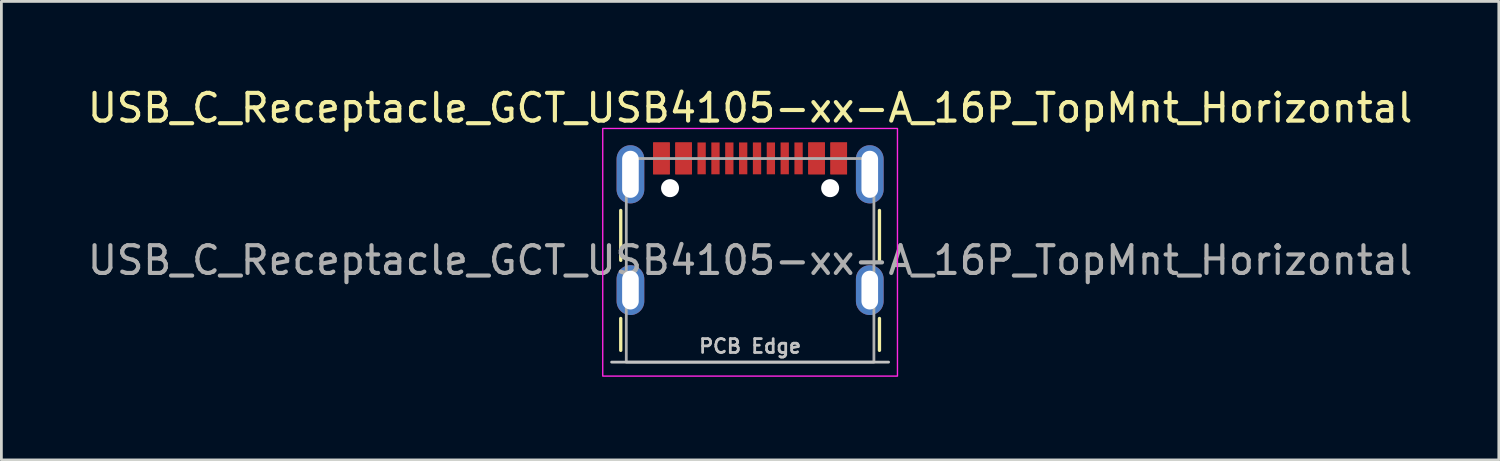
<source format=kicad_pcb>
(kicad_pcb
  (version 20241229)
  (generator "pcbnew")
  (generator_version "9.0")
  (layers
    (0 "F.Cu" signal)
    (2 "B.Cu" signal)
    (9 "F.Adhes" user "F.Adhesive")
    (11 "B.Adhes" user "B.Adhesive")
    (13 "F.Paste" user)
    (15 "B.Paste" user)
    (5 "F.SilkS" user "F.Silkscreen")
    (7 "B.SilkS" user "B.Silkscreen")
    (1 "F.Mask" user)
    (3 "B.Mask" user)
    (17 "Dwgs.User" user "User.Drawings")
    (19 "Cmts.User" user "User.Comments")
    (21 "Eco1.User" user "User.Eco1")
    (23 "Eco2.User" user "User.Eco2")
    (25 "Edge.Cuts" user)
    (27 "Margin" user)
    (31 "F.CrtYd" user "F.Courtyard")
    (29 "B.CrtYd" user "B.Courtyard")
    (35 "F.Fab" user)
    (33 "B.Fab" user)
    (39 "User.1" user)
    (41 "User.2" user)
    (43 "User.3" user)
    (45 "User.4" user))
  (footprint "USB_C_Receptacle_GCT_USB4105-xx-A_16P_TopMnt_Horizontal"
    (layer "F.Cu")
    (at 24.03 5.098)
    (property "Reference" "USB_C_Receptacle_GCT_USB4105-xx-A_16P_TopMnt_Horizontal" (at 0 -4.25 0) (unlocked yes) (layer "F.SilkS") (effects (font (size 1 1) (thickness 0.15))))
    (attr smd)
    (fp_line (start -4.67 1.25) (end -4.67 -0.55) (stroke (width 0.12) (type solid)) (layer "F.SilkS"))
    (fp_line (start -4.67 3.35) (end -4.67 4.5) (stroke (width 0.12) (type solid)) (layer "F.SilkS"))
    (fp_line (start 4.67 1.25) (end 4.67 -0.55) (stroke (width 0.12) (type solid)) (layer "F.SilkS"))
    (fp_line (start 4.67 3.35) (end 4.67 4.5) (stroke (width 0.12) (type solid)) (layer "F.SilkS"))
    (fp_line (start 5 4.925) (end -5 4.925) (stroke (width 0.1) (type solid)) (layer "Dwgs.User"))
    (fp_rect (start -5.32 -3.51) (end 5.32 5.43) (stroke (width 0.05) (type solid)) (fill no) (layer "F.CrtYd"))
    (fp_rect (start -4.47 -2.425) (end 4.47 4.925) (stroke (width 0.1) (type solid)) (fill no) (layer "F.Fab"))
    (fp_text user "PCB Edge" (at 0 4.35 0) (unlocked yes) (layer "Dwgs.User") (effects (font (size 0.5 0.5) (thickness 0.1))))
    (fp_text user "${REFERENCE}" (at 0 1.25 0) (unlocked yes) (layer "F.Fab") (effects (font (size 1 1) (thickness 0.15))))
    (pad "" np_thru_hole circle (at -2.89 -1.355) (size 0.65 0.65) (drill 0.65) (layers "*.Cu" "*.Mask"))
    (pad "" np_thru_hole circle (at 2.89 -1.355) (size 0.65 0.65) (drill 0.65) (layers "*.Cu" "*.Mask"))
    (pad "A1" smd rect (at -3.2 -2.43) (size 0.6 1.15) (layers "F.Cu" "F.Mask" "F.Paste"))
    (pad "A4" smd rect (at -2.4 -2.43) (size 0.6 1.15) (layers "F.Cu" "F.Mask" "F.Paste"))
    (pad "A5" smd rect (at -1.25 -2.43) (size 0.3 1.15) (layers "F.Cu" "F.Mask" "F.Paste"))
    (pad "A6" smd rect (at -0.25 -2.43) (size 0.3 1.15) (layers "F.Cu" "F.Mask" "F.Paste"))
    (pad "A7" smd rect (at 0.25 -2.43) (size 0.3 1.15) (layers "F.Cu" "F.Mask" "F.Paste"))
    (pad "A8" smd rect (at 1.25 -2.43) (size 0.3 1.15) (layers "F.Cu" "F.Mask" "F.Paste"))
    (pad "A9" smd rect (at 2.4 -2.43) (size 0.6 1.15) (layers "F.Cu" "F.Mask" "F.Paste"))
    (pad "A12" smd rect (at 3.2 -2.43) (size 0.6 1.15) (layers "F.Cu" "F.Mask" "F.Paste"))
    (pad "B1" smd rect (at 3.2 -2.43) (size 0.6 1.15) (layers "F.Cu" "F.Mask" "F.Paste"))
    (pad "B4" smd rect (at 2.4 -2.43) (size 0.6 1.15) (layers "F.Cu" "F.Mask" "F.Paste"))
    (pad "B5" smd rect (at 1.75 -2.43) (size 0.3 1.15) (layers "F.Cu" "F.Mask" "F.Paste"))
    (pad "B6" smd rect (at 0.75 -2.43) (size 0.3 1.15) (layers "F.Cu" "F.Mask" "F.Paste"))
    (pad "B7" smd rect (at -0.75 -2.43) (size 0.3 1.15) (layers "F.Cu" "F.Mask" "F.Paste"))
    (pad "B8" smd rect (at -1.75 -2.43) (size 0.3 1.15) (layers "F.Cu" "F.Mask" "F.Paste"))
    (pad "B9" smd rect (at -2.4 -2.43) (size 0.6 1.15) (layers "F.Cu" "F.Mask" "F.Paste"))
    (pad "B12" smd rect (at -3.2 -2.43) (size 0.6 1.15) (layers "F.Cu" "F.Mask" "F.Paste"))
    (pad "S1" thru_hole oval (at -4.32 -1.855) (size 1 2.1) (drill oval 0.6 1.7) (layers "*.Cu" "*.Mask"))
    (pad "S1" thru_hole oval (at -4.32 2.325) (size 1 1.8) (drill oval 0.6 1.4) (layers "*.Cu" "*.Mask"))
    (pad "S1" thru_hole oval (at 4.32 -1.855) (size 1 2.1) (drill oval 0.6 1.7) (layers "*.Cu" "*.Mask"))
    (pad "S1" thru_hole oval (at 4.32 2.325) (size 1 1.8) (drill oval 0.6 1.4) (layers "*.Cu" "*.Mask")))
  (gr_rect
    (start -3 -3)
    (end 51.06 13.553)
    (stroke (width 0.1) (type default))
    (fill no)
    (layer "Edge.Cuts")))
</source>
